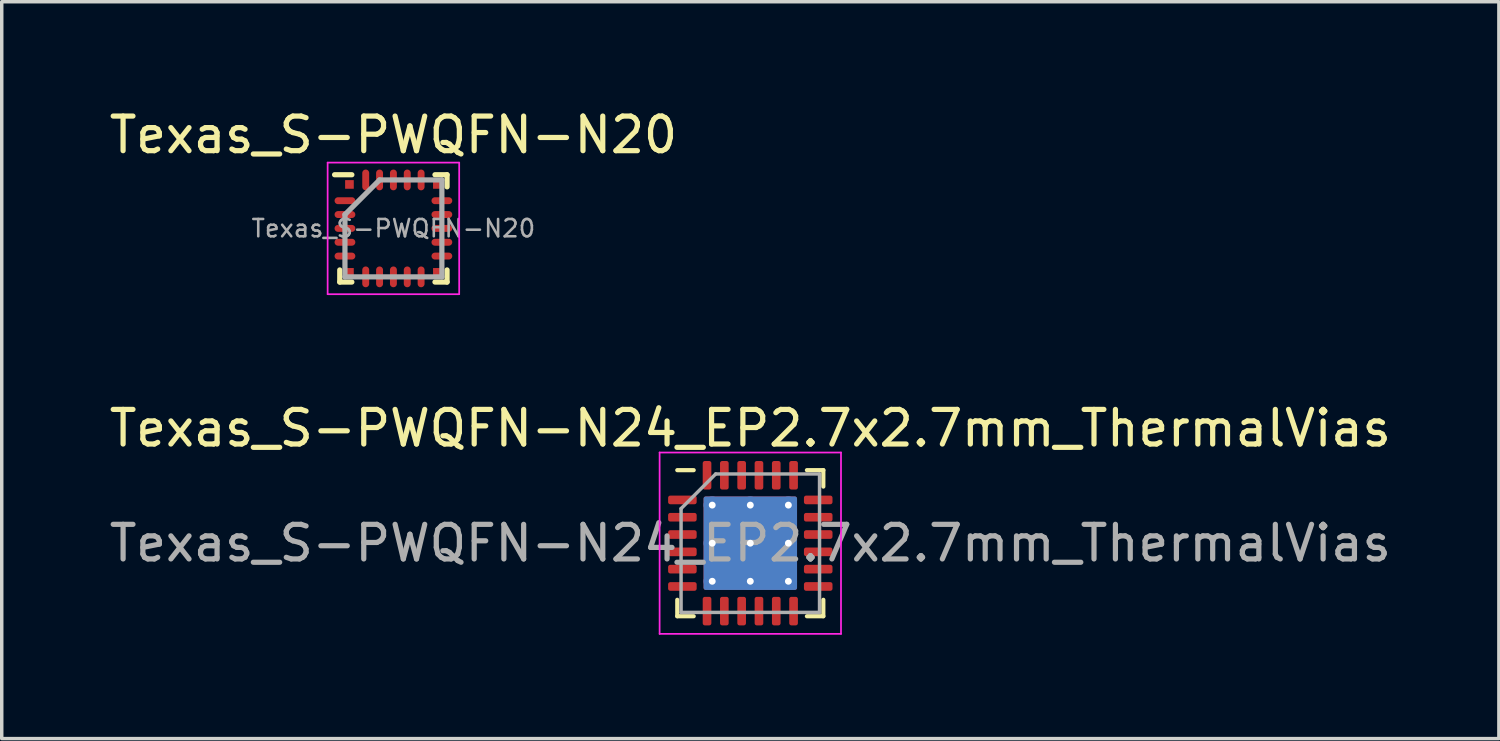
<source format=kicad_pcb>
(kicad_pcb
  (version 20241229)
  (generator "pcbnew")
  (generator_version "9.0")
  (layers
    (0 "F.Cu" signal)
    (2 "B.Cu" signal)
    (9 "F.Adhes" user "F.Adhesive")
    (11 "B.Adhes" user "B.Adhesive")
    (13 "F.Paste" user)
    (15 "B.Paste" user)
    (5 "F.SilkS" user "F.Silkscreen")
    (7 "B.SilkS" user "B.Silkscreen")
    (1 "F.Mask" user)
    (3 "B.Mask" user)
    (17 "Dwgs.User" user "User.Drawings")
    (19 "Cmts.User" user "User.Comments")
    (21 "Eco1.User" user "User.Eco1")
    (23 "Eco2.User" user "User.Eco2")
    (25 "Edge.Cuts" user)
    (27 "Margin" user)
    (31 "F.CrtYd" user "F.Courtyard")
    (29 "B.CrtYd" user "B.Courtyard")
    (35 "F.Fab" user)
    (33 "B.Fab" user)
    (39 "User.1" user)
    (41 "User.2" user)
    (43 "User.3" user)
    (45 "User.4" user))
  (footprint "Texas_S-PWQFN-N20"
    (layer "F.Cu")
    (at 8.315 3.548)
    (property "Reference" "Texas_S-PWQFN-N20" (at 0 -2.7 0) (layer "F.SilkS") (effects (font (size 1 1) (thickness 0.15))))
    (attr smd)
    (fp_line (start -1.55 1.55) (end -1.55 1.2) (stroke (width 0.15) (type solid)) (layer "F.SilkS"))
    (fp_line (start -1.2 -1.55) (end -1.7 -1.55) (stroke (width 0.15) (type solid)) (layer "F.SilkS"))
    (fp_line (start -1.2 1.55) (end -1.55 1.55) (stroke (width 0.15) (type solid)) (layer "F.SilkS"))
    (fp_line (start 1.2 -1.55) (end 1.55 -1.55) (stroke (width 0.15) (type solid)) (layer "F.SilkS"))
    (fp_line (start 1.2 1.55) (end 1.55 1.55) (stroke (width 0.15) (type solid)) (layer "F.SilkS"))
    (fp_line (start 1.55 -1.55) (end 1.55 -1.2) (stroke (width 0.15) (type solid)) (layer "F.SilkS"))
    (fp_line (start 1.55 1.55) (end 1.55 1.2) (stroke (width 0.15) (type solid)) (layer "F.SilkS"))
    (fp_line (start -1.9 -1.9) (end 1.9 -1.9) (stroke (width 0.05) (type solid)) (layer "F.CrtYd"))
    (fp_line (start -1.9 1.9) (end -1.9 -1.9) (stroke (width 0.05) (type solid)) (layer "F.CrtYd"))
    (fp_line (start 1.9 -1.9) (end 1.9 1.9) (stroke (width 0.05) (type solid)) (layer "F.CrtYd"))
    (fp_line (start 1.9 1.9) (end -1.9 1.9) (stroke (width 0.05) (type solid)) (layer "F.CrtYd"))
    (fp_line (start -1.4 -0.4) (end -1.4 1.4) (stroke (width 0.15) (type solid)) (layer "F.Fab"))
    (fp_line (start -1.4 1.4) (end 1.4 1.4) (stroke (width 0.15) (type solid)) (layer "F.Fab"))
    (fp_line (start -0.4 -1.4) (end -1.4 -0.4) (stroke (width 0.15) (type solid)) (layer "F.Fab"))
    (fp_line (start 1.4 -1.4) (end -0.4 -1.4) (stroke (width 0.15) (type solid)) (layer "F.Fab"))
    (fp_line (start 1.4 1.4) (end 1.4 -1.4) (stroke (width 0.15) (type solid)) (layer "F.Fab"))
    (fp_text user "${REFERENCE}" (at 0 0 0) (layer "F.Fab") (effects (font (size 0.5 0.5) (thickness 0.075))))
    (pad "" smd rect (at -1.27 -1.27) (size 0.25 0.25) (layers "F.Cu" "F.Mask" "F.Paste"))
    (pad "" smd rect (at -1.27 1.27) (size 0.25 0.25) (layers "F.Cu" "F.Mask" "F.Paste"))
    (pad "" smd rect (at 1.27 -1.27) (size 0.25 0.25) (layers "F.Cu" "F.Mask" "F.Paste"))
    (pad "" smd rect (at 1.27 1.27) (size 0.25 0.25) (layers "F.Cu" "F.Mask" "F.Paste"))
    (pad "1" smd oval (at -1.4 -0.8 90) (size 0.2 0.6) (layers "F.Cu" "F.Mask" "F.Paste"))
    (pad "2" smd oval (at -1.4 -0.4 90) (size 0.2 0.6) (layers "F.Cu" "F.Mask" "F.Paste"))
    (pad "3" smd oval (at -1.4 0 90) (size 0.2 0.6) (layers "F.Cu" "F.Mask" "F.Paste"))
    (pad "4" smd oval (at -1.4 0.4 90) (size 0.2 0.6) (layers "F.Cu" "F.Mask" "F.Paste"))
    (pad "5" smd oval (at -1.4 0.8 90) (size 0.2 0.6) (layers "F.Cu" "F.Mask" "F.Paste"))
    (pad "6" smd oval (at -0.8 1.4) (size 0.2 0.6) (layers "F.Cu" "F.Mask" "F.Paste"))
    (pad "7" smd oval (at -0.4 1.4) (size 0.2 0.6) (layers "F.Cu" "F.Mask" "F.Paste"))
    (pad "8" smd oval (at 0 1.4) (size 0.2 0.6) (layers "F.Cu" "F.Mask" "F.Paste"))
    (pad "9" smd oval (at 0.4 1.4) (size 0.2 0.6) (layers "F.Cu" "F.Mask" "F.Paste"))
    (pad "10" smd oval (at 0.8 1.4) (size 0.2 0.6) (layers "F.Cu" "F.Mask" "F.Paste"))
    (pad "11" smd oval (at 1.4 0.8 90) (size 0.2 0.6) (layers "F.Cu" "F.Mask" "F.Paste"))
    (pad "12" smd oval (at 1.4 0.4 90) (size 0.2 0.6) (layers "F.Cu" "F.Mask" "F.Paste"))
    (pad "13" smd oval (at 1.4 0 90) (size 0.2 0.6) (layers "F.Cu" "F.Mask" "F.Paste"))
    (pad "14" smd oval (at 1.4 -0.4 90) (size 0.2 0.6) (layers "F.Cu" "F.Mask" "F.Paste"))
    (pad "15" smd oval (at 1.4 -0.8 90) (size 0.2 0.6) (layers "F.Cu" "F.Mask" "F.Paste"))
    (pad "16" smd oval (at 0.8 -1.4) (size 0.2 0.6) (layers "F.Cu" "F.Mask" "F.Paste"))
    (pad "17" smd oval (at 0.4 -1.4) (size 0.2 0.6) (layers "F.Cu" "F.Mask" "F.Paste"))
    (pad "18" smd oval (at 0 -1.4) (size 0.2 0.6) (layers "F.Cu" "F.Mask" "F.Paste"))
    (pad "19" smd oval (at -0.4 -1.4) (size 0.2 0.6) (layers "F.Cu" "F.Mask" "F.Paste"))
    (pad "20" smd oval (at -0.8 -1.4) (size 0.2 0.6) (layers "F.Cu" "F.Mask" "F.Paste")))
  (footprint "Texas_S-PWQFN-N24_EP2.7x2.7mm_ThermalVias"
    (layer "F.Cu")
    (at 18.625 12.642)
    (property "Reference" "Texas_S-PWQFN-N24_EP2.7x2.7mm_ThermalVias" (at 0 -3.32 0) (layer "F.SilkS") (effects (font (size 1 1) (thickness 0.15))))
    (attr smd)
    (fp_line (start -2.11 2.11) (end -2.11 1.635) (stroke (width 0.12) (type solid)) (layer "F.SilkS"))
    (fp_line (start -1.635 -2.11) (end -2.11 -2.11) (stroke (width 0.12) (type solid)) (layer "F.SilkS"))
    (fp_line (start -1.635 2.11) (end -2.11 2.11) (stroke (width 0.12) (type solid)) (layer "F.SilkS"))
    (fp_line (start 1.635 -2.11) (end 2.11 -2.11) (stroke (width 0.12) (type solid)) (layer "F.SilkS"))
    (fp_line (start 1.635 2.11) (end 2.11 2.11) (stroke (width 0.12) (type solid)) (layer "F.SilkS"))
    (fp_line (start 2.11 -2.11) (end 2.11 -1.635) (stroke (width 0.12) (type solid)) (layer "F.SilkS"))
    (fp_line (start 2.11 2.11) (end 2.11 1.635) (stroke (width 0.12) (type solid)) (layer "F.SilkS"))
    (fp_line (start -2.62 -2.62) (end -2.62 2.62) (stroke (width 0.05) (type solid)) (layer "F.CrtYd"))
    (fp_line (start -2.62 2.62) (end 2.62 2.62) (stroke (width 0.05) (type solid)) (layer "F.CrtYd"))
    (fp_line (start 2.62 -2.62) (end -2.62 -2.62) (stroke (width 0.05) (type solid)) (layer "F.CrtYd"))
    (fp_line (start 2.62 2.62) (end 2.62 -2.62) (stroke (width 0.05) (type solid)) (layer "F.CrtYd"))
    (fp_line (start -2 -1) (end -1 -2) (stroke (width 0.1) (type solid)) (layer "F.Fab"))
    (fp_line (start -2 2) (end -2 -1) (stroke (width 0.1) (type solid)) (layer "F.Fab"))
    (fp_line (start -1 -2) (end 2 -2) (stroke (width 0.1) (type solid)) (layer "F.Fab"))
    (fp_line (start 2 -2) (end 2 2) (stroke (width 0.1) (type solid)) (layer "F.Fab"))
    (fp_line (start 2 2) (end -2 2) (stroke (width 0.1) (type solid)) (layer "F.Fab"))
    (fp_text user "${REFERENCE}" (at 0 0 0) (layer "F.Fab") (effects (font (size 1 1) (thickness 0.15))))
    (pad "" smd roundrect (at -0.675 -0.675) (size 1.13 1.13) (layers "F.Paste") (roundrect_rratio 0.221))
    (pad "" smd roundrect (at -0.675 0.675) (size 1.13 1.13) (layers "F.Paste") (roundrect_rratio 0.221))
    (pad "" smd roundrect (at 0.675 -0.675) (size 1.13 1.13) (layers "F.Paste") (roundrect_rratio 0.221))
    (pad "" smd roundrect (at 0.675 0.675) (size 1.13 1.13) (layers "F.Paste") (roundrect_rratio 0.221))
    (pad "1" smd roundrect (at -1.962 -1.25) (size 0.825 0.25) (layers "F.Cu" "F.Mask" "F.Paste") (roundrect_rratio 0.25))
    (pad "2" smd roundrect (at -1.962 -0.75) (size 0.825 0.25) (layers "F.Cu" "F.Mask" "F.Paste") (roundrect_rratio 0.25))
    (pad "3" smd roundrect (at -1.962 -0.25) (size 0.825 0.25) (layers "F.Cu" "F.Mask" "F.Paste") (roundrect_rratio 0.25))
    (pad "4" smd roundrect (at -1.962 0.25) (size 0.825 0.25) (layers "F.Cu" "F.Mask" "F.Paste") (roundrect_rratio 0.25))
    (pad "5" smd roundrect (at -1.962 0.75) (size 0.825 0.25) (layers "F.Cu" "F.Mask" "F.Paste") (roundrect_rratio 0.25))
    (pad "6" smd roundrect (at -1.962 1.25) (size 0.825 0.25) (layers "F.Cu" "F.Mask" "F.Paste") (roundrect_rratio 0.25))
    (pad "7" smd roundrect (at -1.25 1.962) (size 0.25 0.825) (layers "F.Cu" "F.Mask" "F.Paste") (roundrect_rratio 0.25))
    (pad "8" smd roundrect (at -0.75 1.962) (size 0.25 0.825) (layers "F.Cu" "F.Mask" "F.Paste") (roundrect_rratio 0.25))
    (pad "9" smd roundrect (at -0.25 1.962) (size 0.25 0.825) (layers "F.Cu" "F.Mask" "F.Paste") (roundrect_rratio 0.25))
    (pad "10" smd roundrect (at 0.25 1.962) (size 0.25 0.825) (layers "F.Cu" "F.Mask" "F.Paste") (roundrect_rratio 0.25))
    (pad "11" smd roundrect (at 0.75 1.962) (size 0.25 0.825) (layers "F.Cu" "F.Mask" "F.Paste") (roundrect_rratio 0.25))
    (pad "12" smd roundrect (at 1.25 1.962) (size 0.25 0.825) (layers "F.Cu" "F.Mask" "F.Paste") (roundrect_rratio 0.25))
    (pad "13" smd roundrect (at 1.962 1.25) (size 0.825 0.25) (layers "F.Cu" "F.Mask" "F.Paste") (roundrect_rratio 0.25))
    (pad "14" smd roundrect (at 1.962 0.75) (size 0.825 0.25) (layers "F.Cu" "F.Mask" "F.Paste") (roundrect_rratio 0.25))
    (pad "15" smd roundrect (at 1.962 0.25) (size 0.825 0.25) (layers "F.Cu" "F.Mask" "F.Paste") (roundrect_rratio 0.25))
    (pad "16" smd roundrect (at 1.962 -0.25) (size 0.825 0.25) (layers "F.Cu" "F.Mask" "F.Paste") (roundrect_rratio 0.25))
    (pad "17" smd roundrect (at 1.962 -0.75) (size 0.825 0.25) (layers "F.Cu" "F.Mask" "F.Paste") (roundrect_rratio 0.25))
    (pad "18" smd roundrect (at 1.962 -1.25) (size 0.825 0.25) (layers "F.Cu" "F.Mask" "F.Paste") (roundrect_rratio 0.25))
    (pad "19" smd roundrect (at 1.25 -1.962) (size 0.25 0.825) (layers "F.Cu" "F.Mask" "F.Paste") (roundrect_rratio 0.25))
    (pad "20" smd roundrect (at 0.75 -1.962) (size 0.25 0.825) (layers "F.Cu" "F.Mask" "F.Paste") (roundrect_rratio 0.25))
    (pad "21" smd roundrect (at 0.25 -1.962) (size 0.25 0.825) (layers "F.Cu" "F.Mask" "F.Paste") (roundrect_rratio 0.25))
    (pad "22" smd roundrect (at -0.25 -1.962) (size 0.25 0.825) (layers "F.Cu" "F.Mask" "F.Paste") (roundrect_rratio 0.25))
    (pad "23" smd roundrect (at -0.75 -1.962) (size 0.25 0.825) (layers "F.Cu" "F.Mask" "F.Paste") (roundrect_rratio 0.25))
    (pad "24" smd roundrect (at -1.25 -1.962) (size 0.25 0.825) (layers "F.Cu" "F.Mask" "F.Paste") (roundrect_rratio 0.25))
    (pad "25" thru_hole circle (at -1.1 -1.1) (size 0.5 0.5) (drill 0.2) (layers "*.Cu"))
    (pad "25" thru_hole circle (at -1.1 0) (size 0.5 0.5) (drill 0.2) (layers "*.Cu"))
    (pad "25" thru_hole circle (at -1.1 1.1) (size 0.5 0.5) (drill 0.2) (layers "*.Cu"))
    (pad "25" thru_hole circle (at 0 -1.1) (size 0.5 0.5) (drill 0.2) (layers "*.Cu"))
    (pad "25" thru_hole circle (at 0 0) (size 0.5 0.5) (drill 0.2) (layers "*.Cu"))
    (pad "25" smd roundrect (at 0 0) (size 2.7 2.7) (layers "F.Cu" "F.Mask") (roundrect_rratio 0.023))
    (pad "25" smd roundrect (at 0 0) (size 2.7 2.7) (layers "B.Cu") (roundrect_rratio 0.023))
    (pad "25" thru_hole circle (at 0 1.1) (size 0.5 0.5) (drill 0.2) (layers "*.Cu"))
    (pad "25" thru_hole circle (at 1.1 -1.1) (size 0.5 0.5) (drill 0.2) (layers "*.Cu"))
    (pad "25" thru_hole circle (at 1.1 0) (size 0.5 0.5) (drill 0.2) (layers "*.Cu"))
    (pad "25" thru_hole circle (at 1.1 1.1) (size 0.5 0.5) (drill 0.2) (layers "*.Cu")))
  (gr_rect
    (start -3 -3)
    (end 40.25 18.287)
    (stroke (width 0.1) (type default))
    (fill no)
    (layer "Edge.Cuts")))
</source>
